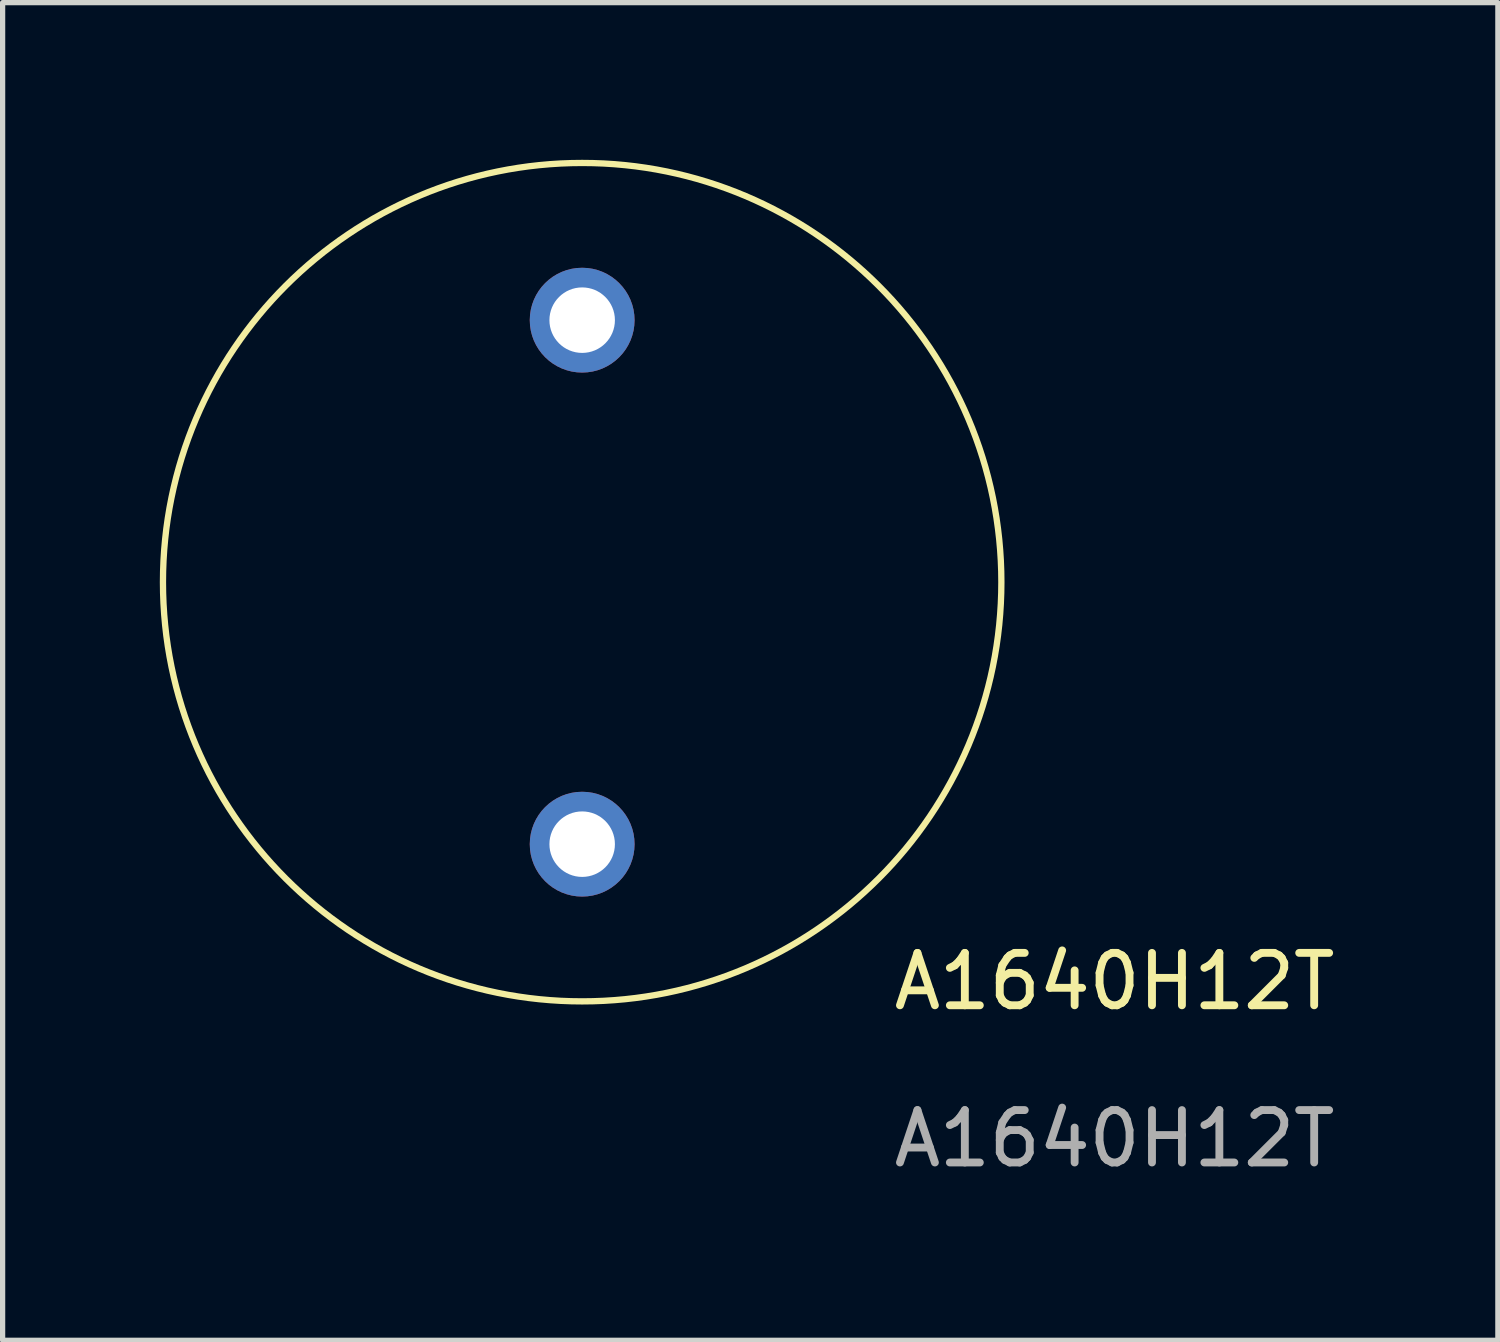
<source format=kicad_pcb>
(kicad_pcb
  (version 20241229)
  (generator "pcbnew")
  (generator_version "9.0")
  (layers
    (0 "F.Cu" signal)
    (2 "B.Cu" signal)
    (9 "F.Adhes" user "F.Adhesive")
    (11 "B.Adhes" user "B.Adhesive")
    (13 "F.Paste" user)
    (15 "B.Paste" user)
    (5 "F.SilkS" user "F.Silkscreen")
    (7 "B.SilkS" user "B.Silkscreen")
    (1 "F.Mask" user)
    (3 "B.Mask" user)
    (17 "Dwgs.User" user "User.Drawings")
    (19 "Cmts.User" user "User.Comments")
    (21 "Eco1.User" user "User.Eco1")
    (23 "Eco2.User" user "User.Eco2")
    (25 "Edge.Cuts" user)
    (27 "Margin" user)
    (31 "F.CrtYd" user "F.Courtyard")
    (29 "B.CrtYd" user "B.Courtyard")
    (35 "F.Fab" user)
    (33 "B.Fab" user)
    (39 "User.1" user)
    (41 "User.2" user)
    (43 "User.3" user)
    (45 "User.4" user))
  (footprint "A1640H12T"
    (layer "F.Cu")
    (at 8.06 8.06)
    (property "Reference" "A1640H12T" (at 10.16 7.62 0) (unlocked yes) (layer "F.SilkS") (effects (font (size 1 1) (thickness 0.15))))
    (attr through_hole)
    (fp_circle (center 0 0) (end 8 0) (stroke (width 0.12) (type solid)) (fill no) (layer "F.SilkS"))
    (fp_text user "${REFERENCE}" (at 10.16 10.62 0) (unlocked yes) (layer "F.Fab") (effects (font (size 1 1) (thickness 0.15))))
    (pad "1" thru_hole circle (at 0 -5) (size 2 2) (drill 1.25) (layers "*.Cu" "*.Mask"))
    (pad "2" thru_hole circle (at 0 5) (size 2 2) (drill 1.25) (layers "*.Cu" "*.Mask")))
  (gr_rect
    (start -3 -3)
    (end 25.535 22.528)
    (stroke (width 0.1) (type default))
    (fill no)
    (layer "Edge.Cuts")))
</source>
